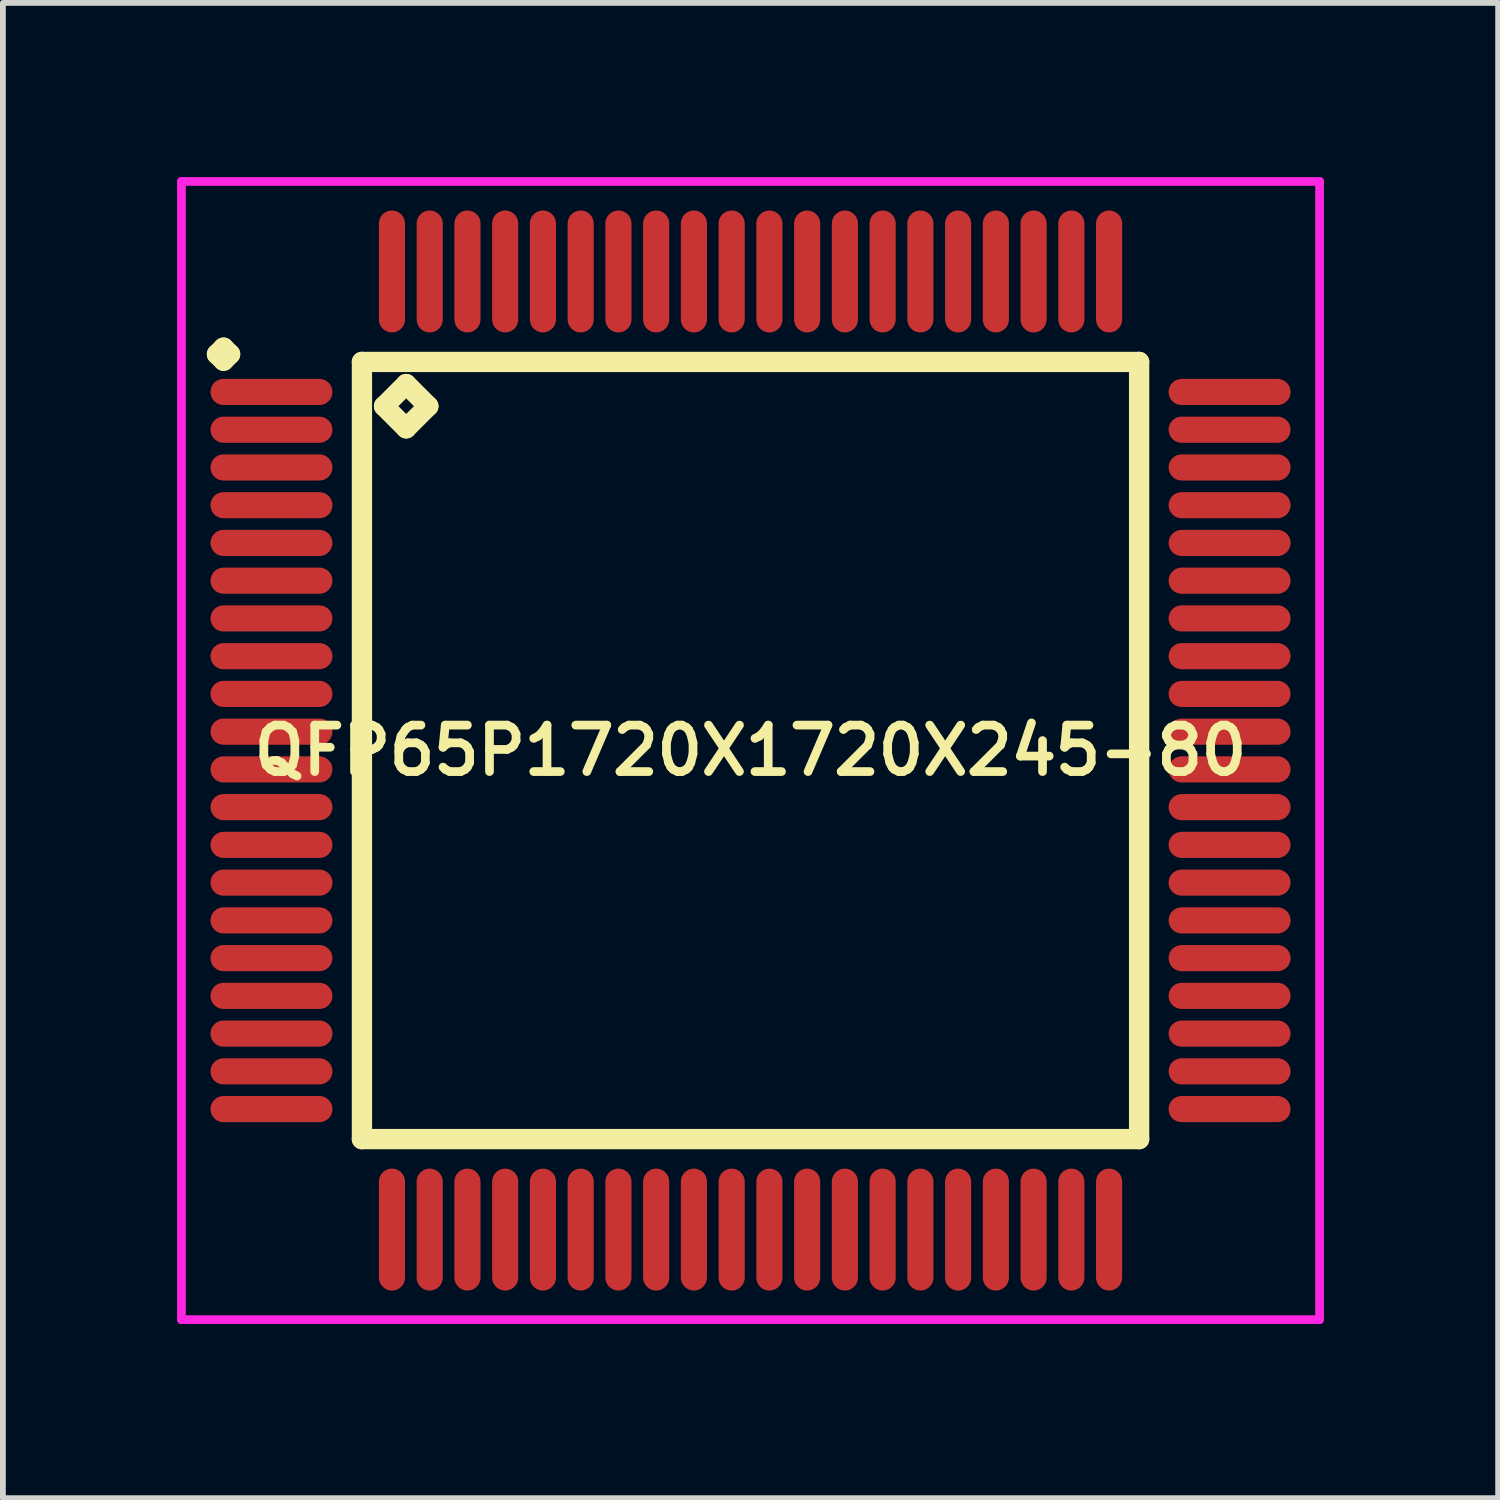
<source format=kicad_pcb>
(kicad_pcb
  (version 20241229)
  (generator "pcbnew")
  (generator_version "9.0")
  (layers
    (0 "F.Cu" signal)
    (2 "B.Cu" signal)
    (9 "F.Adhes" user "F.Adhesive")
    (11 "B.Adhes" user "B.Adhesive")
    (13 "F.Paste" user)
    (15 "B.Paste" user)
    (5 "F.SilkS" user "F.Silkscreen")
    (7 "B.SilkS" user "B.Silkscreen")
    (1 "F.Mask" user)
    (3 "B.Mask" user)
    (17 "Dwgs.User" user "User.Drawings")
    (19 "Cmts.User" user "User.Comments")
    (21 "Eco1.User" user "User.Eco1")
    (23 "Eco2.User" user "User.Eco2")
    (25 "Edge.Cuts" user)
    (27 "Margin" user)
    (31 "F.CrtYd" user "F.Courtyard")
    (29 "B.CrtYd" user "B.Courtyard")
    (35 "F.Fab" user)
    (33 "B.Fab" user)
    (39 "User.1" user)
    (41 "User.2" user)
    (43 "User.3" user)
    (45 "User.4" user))
  (footprint "QFP65P1720X1720X245-80"
    (layer "F.Cu")
    (at 9.875 9.875)
    (property "Reference" "QFP65P1720X1720X245-80" (at 0 0 0) (layer "F.SilkS") (effects (font (size 0.8 0.8) (thickness 0.15))))
    (attr through_hole)
    (fp_line (start -9.188 -6.825) (end -9.075 -6.938) (stroke (width 0.35) (type solid)) (layer "F.SilkS"))
    (fp_line (start -9.075 -6.938) (end -8.963 -6.825) (stroke (width 0.35) (type solid)) (layer "F.SilkS"))
    (fp_line (start -9.075 -6.713) (end -9.188 -6.825) (stroke (width 0.35) (type solid)) (layer "F.SilkS"))
    (fp_line (start -8.963 -6.825) (end -9.075 -6.713) (stroke (width 0.35) (type solid)) (layer "F.SilkS"))
    (fp_line (start -6.692 -6.692) (end -6.692 6.692) (stroke (width 0.35) (type solid)) (layer "F.SilkS"))
    (fp_line (start -6.692 6.692) (end 6.692 6.692) (stroke (width 0.35) (type solid)) (layer "F.SilkS"))
    (fp_line (start -6.311 -5.93) (end -5.93 -6.311) (stroke (width 0.35) (type solid)) (layer "F.SilkS"))
    (fp_line (start -5.93 -6.311) (end -5.549 -5.93) (stroke (width 0.35) (type solid)) (layer "F.SilkS"))
    (fp_line (start -5.93 -5.549) (end -6.311 -5.93) (stroke (width 0.35) (type solid)) (layer "F.SilkS"))
    (fp_line (start -5.549 -5.93) (end -5.93 -5.549) (stroke (width 0.35) (type solid)) (layer "F.SilkS"))
    (fp_line (start 6.692 -6.692) (end -6.692 -6.692) (stroke (width 0.35) (type solid)) (layer "F.SilkS"))
    (fp_line (start 6.692 6.692) (end 6.692 -6.692) (stroke (width 0.35) (type solid)) (layer "F.SilkS"))
    (fp_line (start -9.8 -9.8) (end 9.8 -9.8) (stroke (width 0.15) (type solid)) (layer "F.CrtYd"))
    (fp_line (start -9.8 9.8) (end -9.8 -9.8) (stroke (width 0.15) (type solid)) (layer "F.CrtYd"))
    (fp_line (start 9.8 -9.8) (end 9.8 9.8) (stroke (width 0.15) (type solid)) (layer "F.CrtYd"))
    (fp_line (start 9.8 9.8) (end -9.8 9.8) (stroke (width 0.15) (type solid)) (layer "F.CrtYd"))
    (pad "1" smd oval (at -8.25 -6.175) (size 2.1 0.45) (layers "F.Cu" "F.Mask" "F.Paste"))
    (pad "2" smd oval (at -8.25 -5.525) (size 2.1 0.45) (layers "F.Cu" "F.Mask" "F.Paste"))
    (pad "3" smd oval (at -8.25 -4.875) (size 2.1 0.45) (layers "F.Cu" "F.Mask" "F.Paste"))
    (pad "4" smd oval (at -8.25 -4.225) (size 2.1 0.45) (layers "F.Cu" "F.Mask" "F.Paste"))
    (pad "5" smd oval (at -8.25 -3.575) (size 2.1 0.45) (layers "F.Cu" "F.Mask" "F.Paste"))
    (pad "6" smd oval (at -8.25 -2.925) (size 2.1 0.45) (layers "F.Cu" "F.Mask" "F.Paste"))
    (pad "7" smd oval (at -8.25 -2.275) (size 2.1 0.45) (layers "F.Cu" "F.Mask" "F.Paste"))
    (pad "8" smd oval (at -8.25 -1.625) (size 2.1 0.45) (layers "F.Cu" "F.Mask" "F.Paste"))
    (pad "9" smd oval (at -8.25 -0.975) (size 2.1 0.45) (layers "F.Cu" "F.Mask" "F.Paste"))
    (pad "10" smd oval (at -8.25 -0.325) (size 2.1 0.45) (layers "F.Cu" "F.Mask" "F.Paste"))
    (pad "11" smd oval (at -8.25 0.325) (size 2.1 0.45) (layers "F.Cu" "F.Mask" "F.Paste"))
    (pad "12" smd oval (at -8.25 0.975) (size 2.1 0.45) (layers "F.Cu" "F.Mask" "F.Paste"))
    (pad "13" smd oval (at -8.25 1.625) (size 2.1 0.45) (layers "F.Cu" "F.Mask" "F.Paste"))
    (pad "14" smd oval (at -8.25 2.275) (size 2.1 0.45) (layers "F.Cu" "F.Mask" "F.Paste"))
    (pad "15" smd oval (at -8.25 2.925) (size 2.1 0.45) (layers "F.Cu" "F.Mask" "F.Paste"))
    (pad "16" smd oval (at -8.25 3.575) (size 2.1 0.45) (layers "F.Cu" "F.Mask" "F.Paste"))
    (pad "17" smd oval (at -8.25 4.225) (size 2.1 0.45) (layers "F.Cu" "F.Mask" "F.Paste"))
    (pad "18" smd oval (at -8.25 4.875) (size 2.1 0.45) (layers "F.Cu" "F.Mask" "F.Paste"))
    (pad "19" smd oval (at -8.25 5.525) (size 2.1 0.45) (layers "F.Cu" "F.Mask" "F.Paste"))
    (pad "20" smd oval (at -8.25 6.175) (size 2.1 0.45) (layers "F.Cu" "F.Mask" "F.Paste"))
    (pad "21" smd oval (at -6.175 8.25) (size 0.45 2.1) (layers "F.Cu" "F.Mask" "F.Paste"))
    (pad "22" smd oval (at -5.525 8.25) (size 0.45 2.1) (layers "F.Cu" "F.Mask" "F.Paste"))
    (pad "23" smd oval (at -4.875 8.25) (size 0.45 2.1) (layers "F.Cu" "F.Mask" "F.Paste"))
    (pad "24" smd oval (at -4.225 8.25) (size 0.45 2.1) (layers "F.Cu" "F.Mask" "F.Paste"))
    (pad "25" smd oval (at -3.575 8.25) (size 0.45 2.1) (layers "F.Cu" "F.Mask" "F.Paste"))
    (pad "26" smd oval (at -2.925 8.25) (size 0.45 2.1) (layers "F.Cu" "F.Mask" "F.Paste"))
    (pad "27" smd oval (at -2.275 8.25) (size 0.45 2.1) (layers "F.Cu" "F.Mask" "F.Paste"))
    (pad "28" smd oval (at -1.625 8.25) (size 0.45 2.1) (layers "F.Cu" "F.Mask" "F.Paste"))
    (pad "29" smd oval (at -0.975 8.25) (size 0.45 2.1) (layers "F.Cu" "F.Mask" "F.Paste"))
    (pad "30" smd oval (at -0.325 8.25) (size 0.45 2.1) (layers "F.Cu" "F.Mask" "F.Paste"))
    (pad "31" smd oval (at 0.325 8.25) (size 0.45 2.1) (layers "F.Cu" "F.Mask" "F.Paste"))
    (pad "32" smd oval (at 0.975 8.25) (size 0.45 2.1) (layers "F.Cu" "F.Mask" "F.Paste"))
    (pad "33" smd oval (at 1.625 8.25) (size 0.45 2.1) (layers "F.Cu" "F.Mask" "F.Paste"))
    (pad "34" smd oval (at 2.275 8.25) (size 0.45 2.1) (layers "F.Cu" "F.Mask" "F.Paste"))
    (pad "35" smd oval (at 2.925 8.25) (size 0.45 2.1) (layers "F.Cu" "F.Mask" "F.Paste"))
    (pad "36" smd oval (at 3.575 8.25) (size 0.45 2.1) (layers "F.Cu" "F.Mask" "F.Paste"))
    (pad "37" smd oval (at 4.225 8.25) (size 0.45 2.1) (layers "F.Cu" "F.Mask" "F.Paste"))
    (pad "38" smd oval (at 4.875 8.25) (size 0.45 2.1) (layers "F.Cu" "F.Mask" "F.Paste"))
    (pad "39" smd oval (at 5.525 8.25) (size 0.45 2.1) (layers "F.Cu" "F.Mask" "F.Paste"))
    (pad "40" smd oval (at 6.175 8.25) (size 0.45 2.1) (layers "F.Cu" "F.Mask" "F.Paste"))
    (pad "41" smd oval (at 8.25 6.175) (size 2.1 0.45) (layers "F.Cu" "F.Mask" "F.Paste"))
    (pad "42" smd oval (at 8.25 5.525) (size 2.1 0.45) (layers "F.Cu" "F.Mask" "F.Paste"))
    (pad "43" smd oval (at 8.25 4.875) (size 2.1 0.45) (layers "F.Cu" "F.Mask" "F.Paste"))
    (pad "44" smd oval (at 8.25 4.225) (size 2.1 0.45) (layers "F.Cu" "F.Mask" "F.Paste"))
    (pad "45" smd oval (at 8.25 3.575) (size 2.1 0.45) (layers "F.Cu" "F.Mask" "F.Paste"))
    (pad "46" smd oval (at 8.25 2.925) (size 2.1 0.45) (layers "F.Cu" "F.Mask" "F.Paste"))
    (pad "47" smd oval (at 8.25 2.275) (size 2.1 0.45) (layers "F.Cu" "F.Mask" "F.Paste"))
    (pad "48" smd oval (at 8.25 1.625) (size 2.1 0.45) (layers "F.Cu" "F.Mask" "F.Paste"))
    (pad "49" smd oval (at 8.25 0.975) (size 2.1 0.45) (layers "F.Cu" "F.Mask" "F.Paste"))
    (pad "50" smd oval (at 8.25 0.325) (size 2.1 0.45) (layers "F.Cu" "F.Mask" "F.Paste"))
    (pad "51" smd oval (at 8.25 -0.325) (size 2.1 0.45) (layers "F.Cu" "F.Mask" "F.Paste"))
    (pad "52" smd oval (at 8.25 -0.975) (size 2.1 0.45) (layers "F.Cu" "F.Mask" "F.Paste"))
    (pad "53" smd oval (at 8.25 -1.625) (size 2.1 0.45) (layers "F.Cu" "F.Mask" "F.Paste"))
    (pad "54" smd oval (at 8.25 -2.275) (size 2.1 0.45) (layers "F.Cu" "F.Mask" "F.Paste"))
    (pad "55" smd oval (at 8.25 -2.925) (size 2.1 0.45) (layers "F.Cu" "F.Mask" "F.Paste"))
    (pad "56" smd oval (at 8.25 -3.575) (size 2.1 0.45) (layers "F.Cu" "F.Mask" "F.Paste"))
    (pad "57" smd oval (at 8.25 -4.225) (size 2.1 0.45) (layers "F.Cu" "F.Mask" "F.Paste"))
    (pad "58" smd oval (at 8.25 -4.875) (size 2.1 0.45) (layers "F.Cu" "F.Mask" "F.Paste"))
    (pad "59" smd oval (at 8.25 -5.525) (size 2.1 0.45) (layers "F.Cu" "F.Mask" "F.Paste"))
    (pad "60" smd oval (at 8.25 -6.175) (size 2.1 0.45) (layers "F.Cu" "F.Mask" "F.Paste"))
    (pad "61" smd oval (at 6.175 -8.25) (size 0.45 2.1) (layers "F.Cu" "F.Mask" "F.Paste"))
    (pad "62" smd oval (at 5.525 -8.25) (size 0.45 2.1) (layers "F.Cu" "F.Mask" "F.Paste"))
    (pad "63" smd oval (at 4.875 -8.25) (size 0.45 2.1) (layers "F.Cu" "F.Mask" "F.Paste"))
    (pad "64" smd oval (at 4.225 -8.25) (size 0.45 2.1) (layers "F.Cu" "F.Mask" "F.Paste"))
    (pad "65" smd oval (at 3.575 -8.25) (size 0.45 2.1) (layers "F.Cu" "F.Mask" "F.Paste"))
    (pad "66" smd oval (at 2.925 -8.25) (size 0.45 2.1) (layers "F.Cu" "F.Mask" "F.Paste"))
    (pad "67" smd oval (at 2.275 -8.25) (size 0.45 2.1) (layers "F.Cu" "F.Mask" "F.Paste"))
    (pad "68" smd oval (at 1.625 -8.25) (size 0.45 2.1) (layers "F.Cu" "F.Mask" "F.Paste"))
    (pad "69" smd oval (at 0.975 -8.25) (size 0.45 2.1) (layers "F.Cu" "F.Mask" "F.Paste"))
    (pad "70" smd oval (at 0.325 -8.25) (size 0.45 2.1) (layers "F.Cu" "F.Mask" "F.Paste"))
    (pad "71" smd oval (at -0.325 -8.25) (size 0.45 2.1) (layers "F.Cu" "F.Mask" "F.Paste"))
    (pad "72" smd oval (at -0.975 -8.25) (size 0.45 2.1) (layers "F.Cu" "F.Mask" "F.Paste"))
    (pad "73" smd oval (at -1.625 -8.25) (size 0.45 2.1) (layers "F.Cu" "F.Mask" "F.Paste"))
    (pad "74" smd oval (at -2.275 -8.25) (size 0.45 2.1) (layers "F.Cu" "F.Mask" "F.Paste"))
    (pad "75" smd oval (at -2.925 -8.25) (size 0.45 2.1) (layers "F.Cu" "F.Mask" "F.Paste"))
    (pad "76" smd oval (at -3.575 -8.25) (size 0.45 2.1) (layers "F.Cu" "F.Mask" "F.Paste"))
    (pad "77" smd oval (at -4.225 -8.25) (size 0.45 2.1) (layers "F.Cu" "F.Mask" "F.Paste"))
    (pad "78" smd oval (at -4.875 -8.25) (size 0.45 2.1) (layers "F.Cu" "F.Mask" "F.Paste"))
    (pad "79" smd oval (at -5.525 -8.25) (size 0.45 2.1) (layers "F.Cu" "F.Mask" "F.Paste"))
    (pad "80" smd oval (at -6.175 -8.25) (size 0.45 2.1) (layers "F.Cu" "F.Mask" "F.Paste")))
  (gr_rect
    (start -3 -3)
    (end 22.75 22.75)
    (stroke (width 0.1) (type default))
    (fill no)
    (layer "Edge.Cuts")))
</source>
